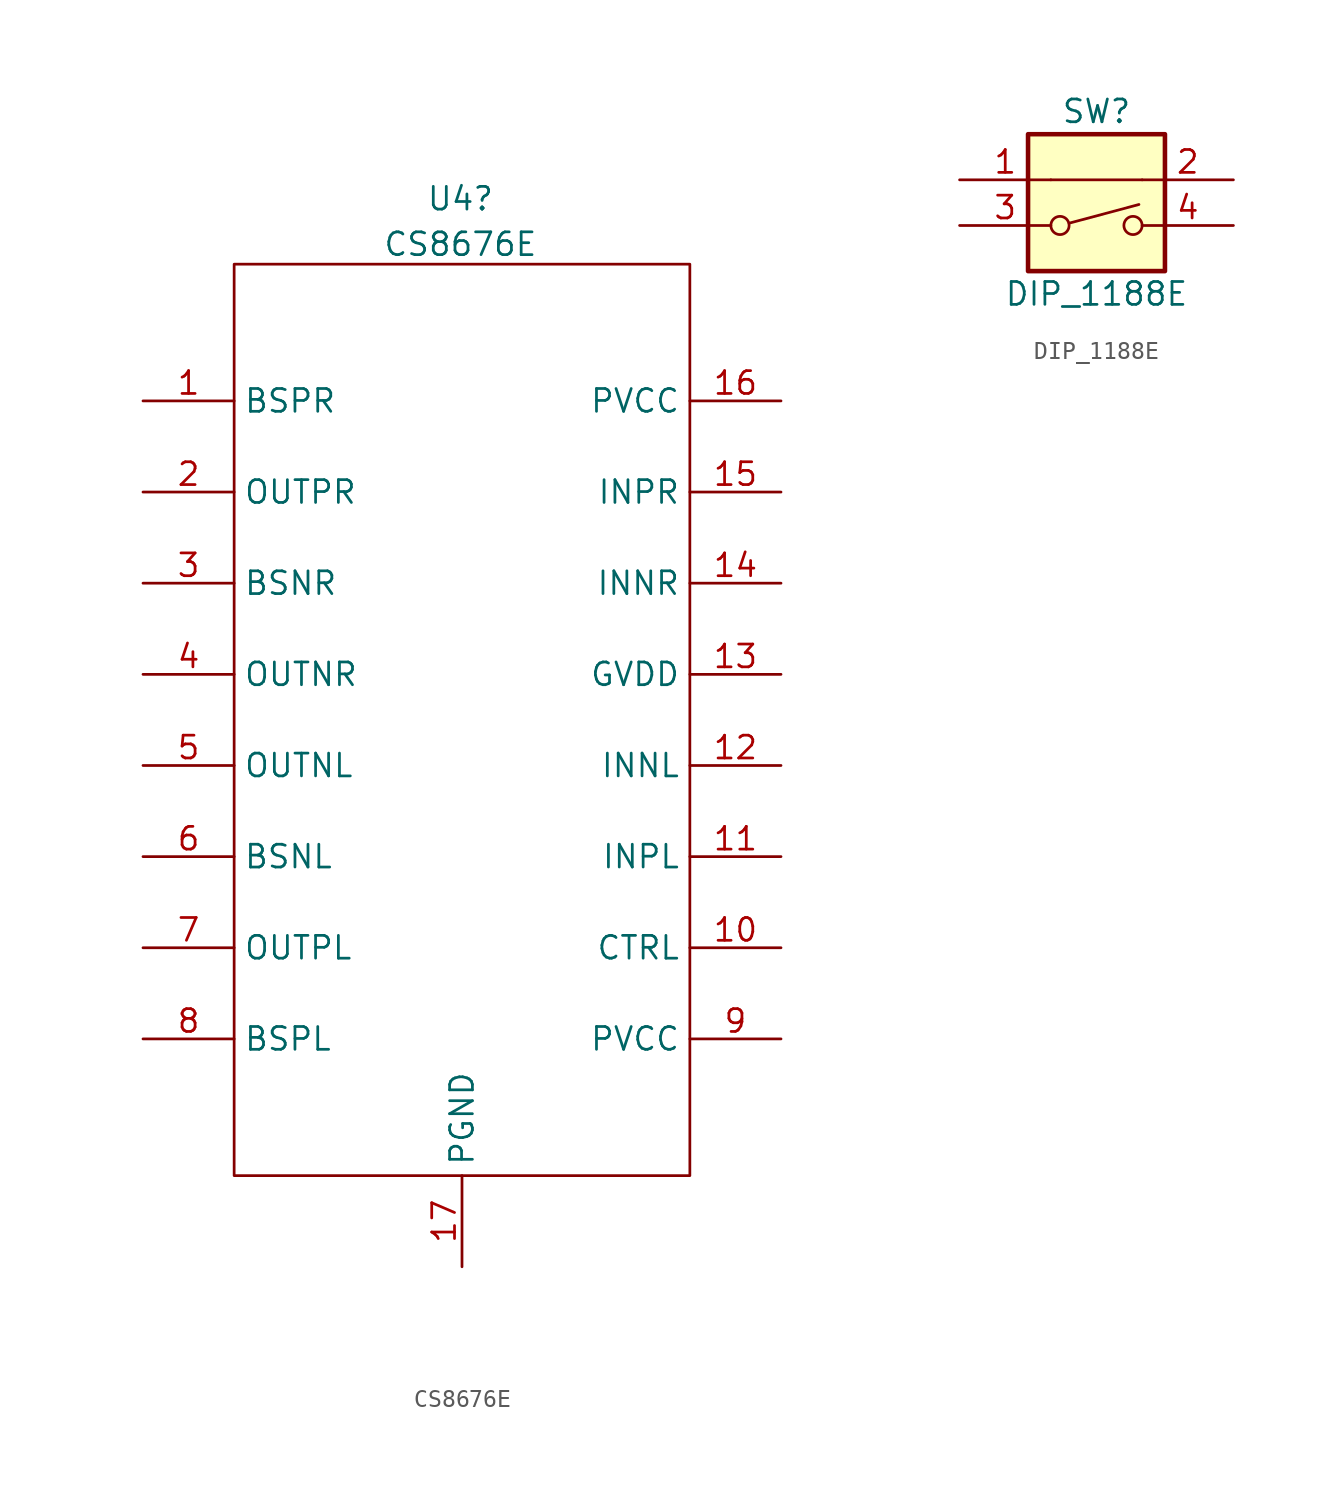
<source format=kicad_sym>
(kicad_symbol_lib
  (version 20211014)
  (generator kicad_symbol_editor)
  (symbol "CS8676E"
    (property "Reference" "U4"
      (at -0.089 29.049 0)
      (effects (font (size 1.27 1.27))))
    (property "Value" "CS8676E"
      (at -0.089 26.512 0)
      (effects (font (size 1.27 1.27))))
    (symbol "CS8676E_0_0"
      (pin input line (at -17.78 17.78 0) (length 5.08) (name "BSPR" (effects (font (size 1.27 1.27)))) (number "1" (effects (font (size 1.27 1.27)))))
      (pin input line (at 17.78 -12.7 180) (length 5.08) (name "CTRL" (effects (font (size 1.27 1.27)))) (number "10" (effects (font (size 1.27 1.27)))))
      (pin input line (at 17.78 -7.62 180) (length 5.08) (name "INPL" (effects (font (size 1.27 1.27)))) (number "11" (effects (font (size 1.27 1.27)))))
      (pin input line (at 17.78 -2.54 180) (length 5.08) (name "INNL" (effects (font (size 1.27 1.27)))) (number "12" (effects (font (size 1.27 1.27)))))
      (pin power_out line (at 17.78 2.54 180) (length 5.08) (name "GVDD" (effects (font (size 1.27 1.27)))) (number "13" (effects (font (size 1.27 1.27)))))
      (pin input line (at 17.78 7.62 180) (length 5.08) (name "INNR" (effects (font (size 1.27 1.27)))) (number "14" (effects (font (size 1.27 1.27)))))
      (pin input line (at 17.78 12.7 180) (length 5.08) (name "INPR" (effects (font (size 1.27 1.27)))) (number "15" (effects (font (size 1.27 1.27)))))
      (pin power_in line (at 17.78 17.78 180) (length 5.08) (name "PVCC" (effects (font (size 1.27 1.27)))) (number "16" (effects (font (size 1.27 1.27)))))
      (pin power_in line (at 0 -30.48 90) (length 5.08) (name "PGND" (effects (font (size 1.27 1.27)))) (number "17" (effects (font (size 1.27 1.27)))))
      (pin output line (at -17.78 12.7 0) (length 5.08) (name "OUTPR" (effects (font (size 1.27 1.27)))) (number "2" (effects (font (size 1.27 1.27)))))
      (pin input line (at -17.78 7.62 0) (length 5.08) (name "BSNR" (effects (font (size 1.27 1.27)))) (number "3" (effects (font (size 1.27 1.27)))))
      (pin output line (at -17.78 2.54 0) (length 5.08) (name "OUTNR" (effects (font (size 1.27 1.27)))) (number "4" (effects (font (size 1.27 1.27)))))
      (pin output line (at -17.78 -2.54 0) (length 5.08) (name "OUTNL" (effects (font (size 1.27 1.27)))) (number "5" (effects (font (size 1.27 1.27)))))
      (pin input line (at -17.78 -7.62 0) (length 5.08) (name "BSNL" (effects (font (size 1.27 1.27)))) (number "6" (effects (font (size 1.27 1.27)))))
      (pin output line (at -17.78 -12.7 0) (length 5.08) (name "OUTPL" (effects (font (size 1.27 1.27)))) (number "7" (effects (font (size 1.27 1.27)))))
      (pin input line (at -17.78 -17.78 0) (length 5.08) (name "BSPL" (effects (font (size 1.27 1.27)))) (number "8" (effects (font (size 1.27 1.27)))))
      (pin power_in line (at 17.78 -17.78 180) (length 5.08) (name "PVCC" (effects (font (size 1.27 1.27)))) (number "9" (effects (font (size 1.27 1.27))))))
    (symbol "CS8676E_0_1"
      (rectangle (start -12.7 25.4) (end 12.7 -25.4) (stroke (width 0.152) (type default) (color 0 0 0 0)) (fill (type none)))))
  (symbol "DIP_1188E"
    (pin_names
      (offset 0) hide)
    (property "Reference" "SW"
      (at 0 6.35 0)
      (effects (font (size 1.27 1.27))))
    (property "Value" "DIP_1188E"
      (at 0 -3.81 0)
      (effects (font (size 1.27 1.27))))
    (symbol "DIP_1188E_0_0"
      (circle (center -2.032 0) (radius 0.508) (stroke (width 0) (type default) (color 0 0 0 0)) (fill (type none)))
      (polyline (pts (xy -1.524 0.127) (xy 2.362 1.168)) (stroke (width 0) (type default) (color 0 0 0 0)) (fill (type none)))
      (circle (center 2.032 0) (radius 0.508) (stroke (width 0) (type default) (color 0 0 0 0)) (fill (type none))))
    (symbol "DIP_1188E_0_1"
      (rectangle (start -3.81 5.08) (end 3.81 -2.54) (stroke (width 0.254) (type default) (color 0 0 0 0)) (fill (type background)))
      (polyline (pts (xy -2.54 2.54) (xy 2.54 2.54)) (stroke (width 0.152) (type default) (color 0 0 0 0)) (fill (type none))))
    (symbol "DIP_1188E_1_1"
      (pin passive line (at -7.62 2.54 0) (length 5.08) (name "~" (effects (font (size 1.27 1.27)))) (number "1" (effects (font (size 1.27 1.27)))))
      (pin passive line (at 7.62 2.54 180) (length 5.08) (name "~" (effects (font (size 1.27 1.27)))) (number "2" (effects (font (size 1.27 1.27)))))
      (pin passive line (at -7.62 0 0) (length 5.08) (name "~" (effects (font (size 1.27 1.27)))) (number "3" (effects (font (size 1.27 1.27)))))
      (pin passive line (at 7.62 0 180) (length 5.08) (name "~" (effects (font (size 1.27 1.27)))) (number "4" (effects (font (size 1.27 1.27))))))))
</source>
